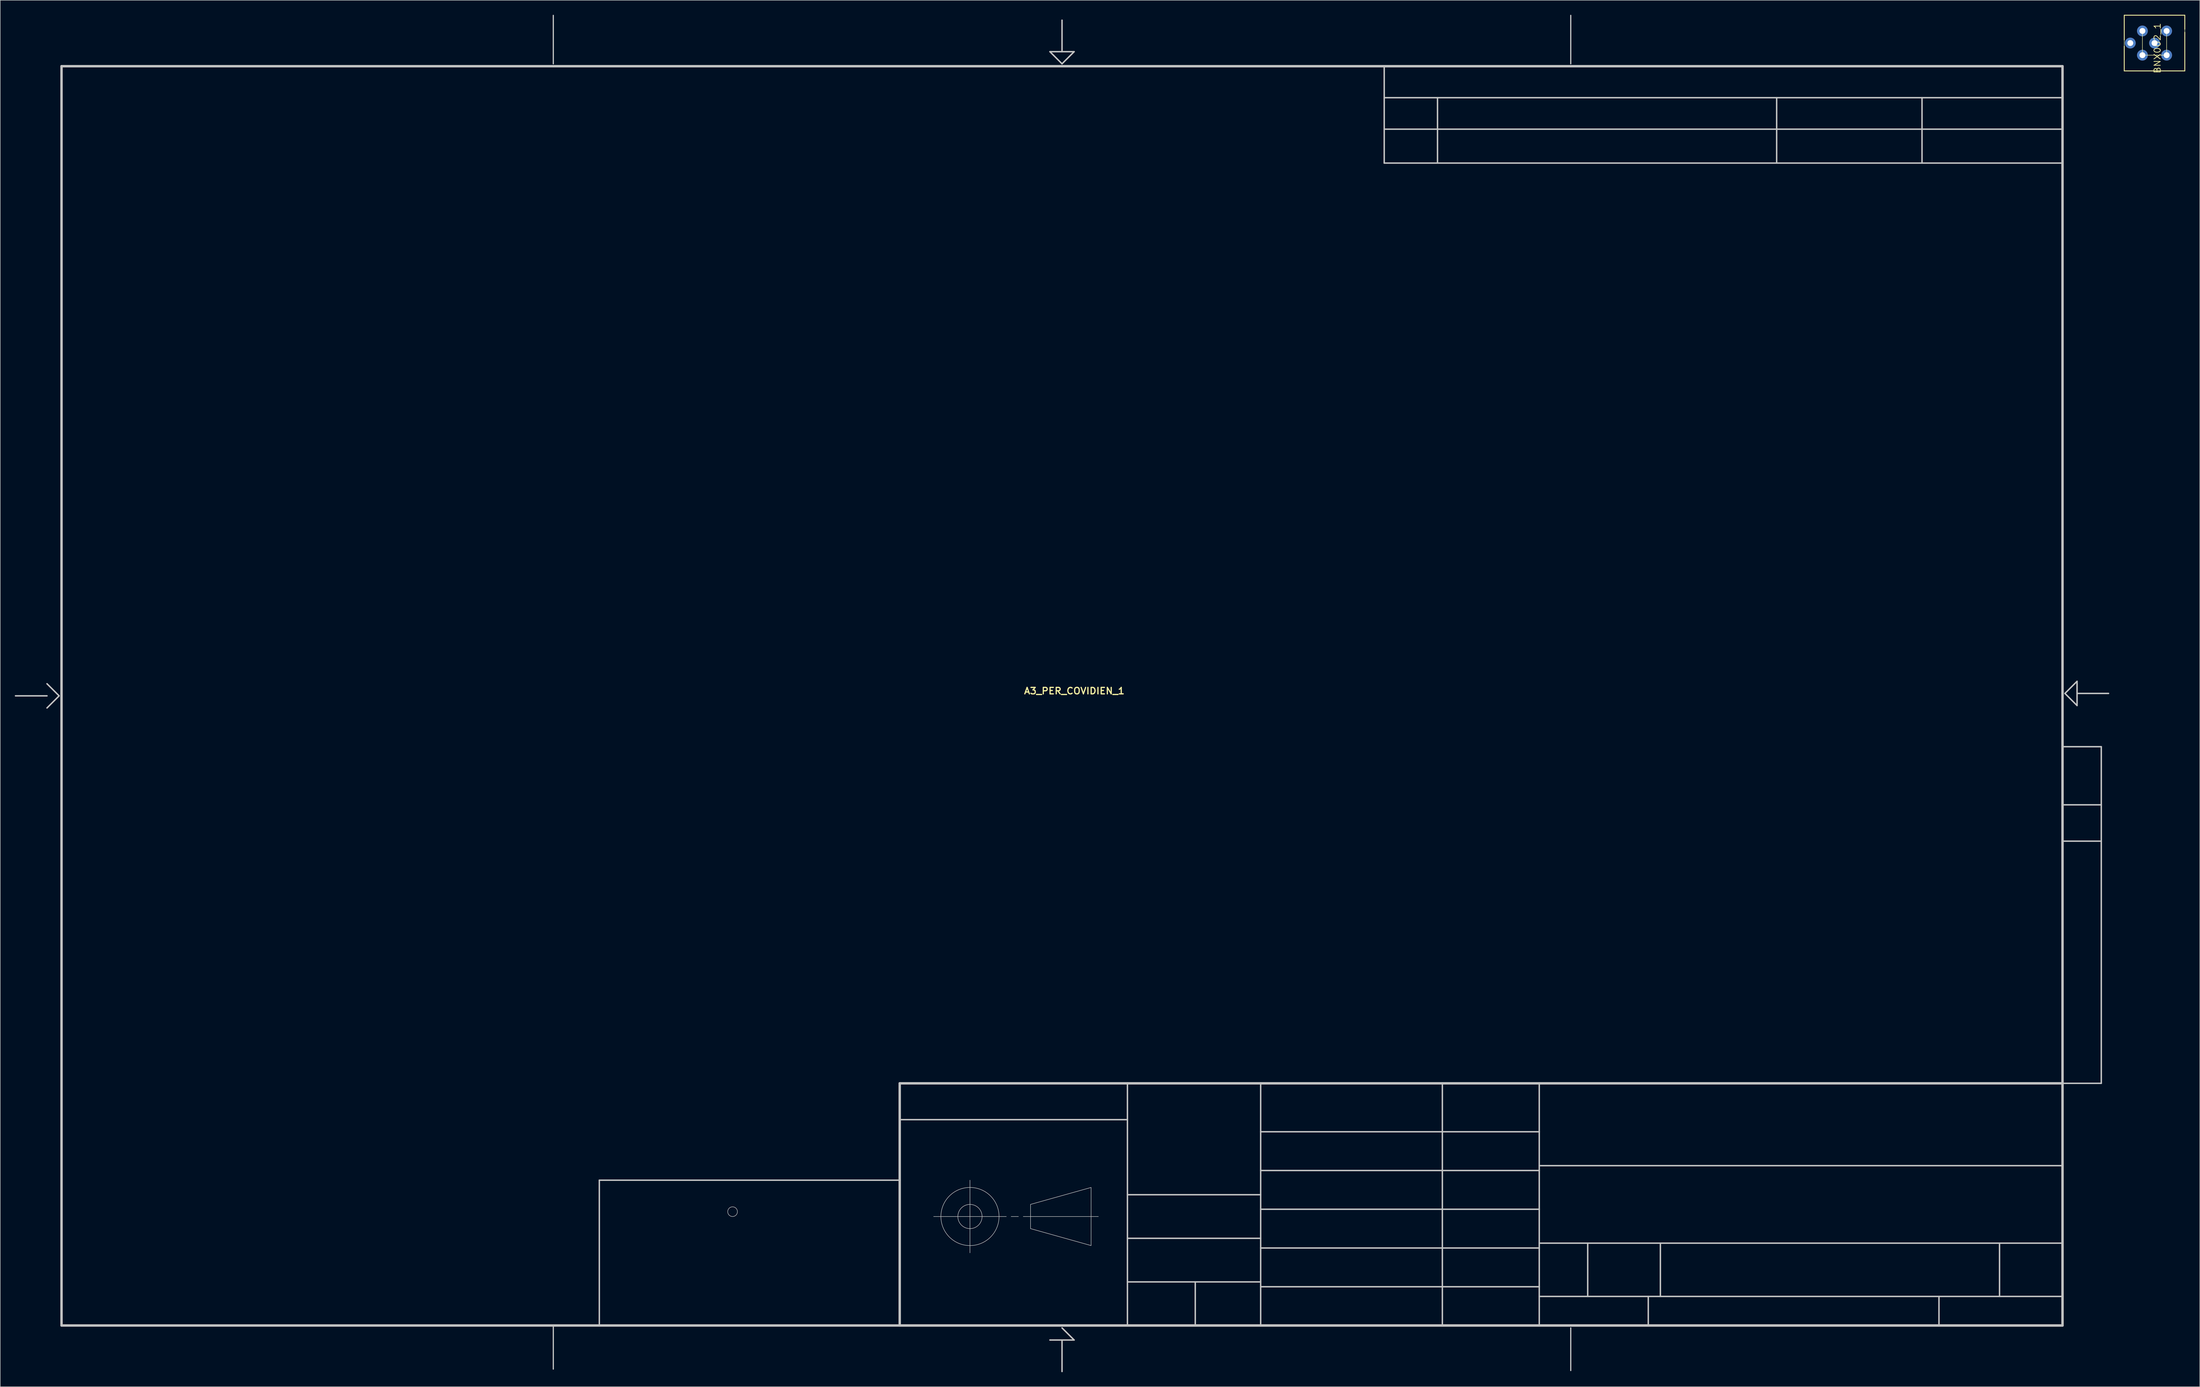
<source format=kicad_pcb>
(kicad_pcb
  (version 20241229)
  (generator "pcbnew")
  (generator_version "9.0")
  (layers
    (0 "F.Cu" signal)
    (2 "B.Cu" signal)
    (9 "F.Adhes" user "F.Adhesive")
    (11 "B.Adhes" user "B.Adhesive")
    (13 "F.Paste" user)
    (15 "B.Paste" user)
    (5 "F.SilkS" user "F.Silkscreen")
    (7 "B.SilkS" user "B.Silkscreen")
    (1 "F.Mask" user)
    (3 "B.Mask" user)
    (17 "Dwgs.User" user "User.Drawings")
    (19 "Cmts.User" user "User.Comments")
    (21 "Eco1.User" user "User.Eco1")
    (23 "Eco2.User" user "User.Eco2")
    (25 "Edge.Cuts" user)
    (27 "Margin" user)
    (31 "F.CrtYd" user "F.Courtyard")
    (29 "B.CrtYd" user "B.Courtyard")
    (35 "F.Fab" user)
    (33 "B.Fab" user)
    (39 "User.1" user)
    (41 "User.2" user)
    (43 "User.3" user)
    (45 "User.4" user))
  (footprint "A3_PER_COVIDIEN_1"
    (layer "F.Cu")
    (at 216.15 140.62)
    (property "Reference" "A3_PER_COVIDIEN_1" (at 2.54 -1.016 0) (unlocked yes) (layer "F.SilkS") (effects (font (size 1.333 1.402) (thickness 0.254))))
    (attr smd)
    (fp_line (start -216 0) (end -209.5 0) (stroke (width 0.3) (type solid)) (layer "Dwgs.User"))
    (fp_line (start -209.5 -2.5) (end -207 0) (stroke (width 0.3) (type solid)) (layer "Dwgs.User"))
    (fp_line (start -209.5 2.5) (end -207 0) (stroke (width 0.3) (type solid)) (layer "Dwgs.User"))
    (fp_line (start -206.5 -130) (end 206.5 -130) (stroke (width 0.5) (type solid)) (layer "Dwgs.User"))
    (fp_line (start -206.5 130) (end -206.5 -130) (stroke (width 0.5) (type solid)) (layer "Dwgs.User"))
    (fp_line (start -206.5 130) (end 206.5 130) (stroke (width 0.5) (type solid)) (layer "Dwgs.User"))
    (fp_line (start -105 -130.5) (end -105 -140.495) (stroke (width 0.25) (type solid)) (layer "Dwgs.User"))
    (fp_line (start -105 139) (end -105 130.199) (stroke (width 0.25) (type solid)) (layer "Dwgs.User"))
    (fp_line (start -95.5 100) (end -33.5 100) (stroke (width 0.3) (type solid)) (layer "Dwgs.User"))
    (fp_line (start -95.5 130) (end -95.5 100) (stroke (width 0.3) (type solid)) (layer "Dwgs.User"))
    (fp_line (start -95.5 130) (end -33.5 130) (stroke (width 0.3) (type solid)) (layer "Dwgs.User"))
    (fp_line (start -33.5 80) (end 206.5 80) (stroke (width 0.5) (type solid)) (layer "Dwgs.User"))
    (fp_line (start -33.5 87.5) (end 13.5 87.5) (stroke (width 0.3) (type solid)) (layer "Dwgs.User"))
    (fp_line (start -33.5 130) (end -33.5 80) (stroke (width 0.5) (type solid)) (layer "Dwgs.User"))
    (fp_line (start -33.5 130) (end -33.5 100) (stroke (width 0.3) (type solid)) (layer "Dwgs.User"))
    (fp_line (start -33.5 130) (end 206.5 130) (stroke (width 0.5) (type solid)) (layer "Dwgs.User"))
    (fp_line (start -26.5 107.5) (end -11.5 107.5) (stroke (width 0.1) (type solid)) (layer "Dwgs.User"))
    (fp_line (start -19 115) (end -19 100) (stroke (width 0.1) (type solid)) (layer "Dwgs.User"))
    (fp_line (start -10.5 107.5) (end -9 107.5) (stroke (width 0.1) (type solid)) (layer "Dwgs.User"))
    (fp_line (start -8 107.5) (end 7.5 107.5) (stroke (width 0.1) (type solid)) (layer "Dwgs.User"))
    (fp_line (start -6.5 105) (end 6 101.5) (stroke (width 0.1) (type solid)) (layer "Dwgs.User"))
    (fp_line (start -6.5 110) (end -6.5 105) (stroke (width 0.1) (type solid)) (layer "Dwgs.User"))
    (fp_line (start -6.5 110) (end 6 113.5) (stroke (width 0.1) (type solid)) (layer "Dwgs.User"))
    (fp_line (start -2.5 -133) (end 0 -130.5) (stroke (width 0.3) (type solid)) (layer "Dwgs.User"))
    (fp_line (start -2.5 -133) (end 2.5 -133) (stroke (width 0.3) (type solid)) (layer "Dwgs.User"))
    (fp_line (start -2.5 133) (end 2.5 133) (stroke (width 0.3) (type solid)) (layer "Dwgs.User"))
    (fp_line (start 0 -133) (end 0 -139.5) (stroke (width 0.3) (type solid)) (layer "Dwgs.User"))
    (fp_line (start 0 -130.5) (end 2.5 -133) (stroke (width 0.3) (type solid)) (layer "Dwgs.User"))
    (fp_line (start 0 130.5) (end 2.5 133) (stroke (width 0.3) (type solid)) (layer "Dwgs.User"))
    (fp_line (start 0 139.5) (end 0 133) (stroke (width 0.3) (type solid)) (layer "Dwgs.User"))
    (fp_line (start 6 113.5) (end 6 101.5) (stroke (width 0.1) (type solid)) (layer "Dwgs.User"))
    (fp_line (start 13.5 103) (end 41 103) (stroke (width 0.3) (type solid)) (layer "Dwgs.User"))
    (fp_line (start 13.5 112) (end 41 112) (stroke (width 0.3) (type solid)) (layer "Dwgs.User"))
    (fp_line (start 13.5 121) (end 41 121) (stroke (width 0.3) (type solid)) (layer "Dwgs.User"))
    (fp_line (start 13.5 130) (end 13.5 80) (stroke (width 0.3) (type solid)) (layer "Dwgs.User"))
    (fp_line (start 27.5 130) (end 27.5 121) (stroke (width 0.3) (type solid)) (layer "Dwgs.User"))
    (fp_line (start 41 90) (end 98.5 90) (stroke (width 0.3) (type solid)) (layer "Dwgs.User"))
    (fp_line (start 41 98) (end 98.5 98) (stroke (width 0.3) (type solid)) (layer "Dwgs.User"))
    (fp_line (start 41 106) (end 98.5 106) (stroke (width 0.3) (type solid)) (layer "Dwgs.User"))
    (fp_line (start 41 114) (end 98.5 114) (stroke (width 0.3) (type solid)) (layer "Dwgs.User"))
    (fp_line (start 41 122) (end 98.5 122) (stroke (width 0.3) (type solid)) (layer "Dwgs.User"))
    (fp_line (start 41 130) (end 41 80) (stroke (width 0.3) (type solid)) (layer "Dwgs.User"))
    (fp_line (start 66.5 -130) (end 206.5 -130) (stroke (width 0.3) (type solid)) (layer "Dwgs.User"))
    (fp_line (start 66.5 -123.5) (end 206.5 -123.5) (stroke (width 0.3) (type solid)) (layer "Dwgs.User"))
    (fp_line (start 66.5 -117) (end 206.5 -117) (stroke (width 0.3) (type solid)) (layer "Dwgs.User"))
    (fp_line (start 66.5 -110) (end 66.5 -130) (stroke (width 0.3) (type solid)) (layer "Dwgs.User"))
    (fp_line (start 66.5 -110) (end 206.5 -110) (stroke (width 0.3) (type solid)) (layer "Dwgs.User"))
    (fp_line (start 77.5 -110) (end 77.5 -123.5) (stroke (width 0.3) (type solid)) (layer "Dwgs.User"))
    (fp_line (start 78.5 130) (end 78.5 80) (stroke (width 0.3) (type solid)) (layer "Dwgs.User"))
    (fp_line (start 98.5 97) (end 206.5 97) (stroke (width 0.3) (type solid)) (layer "Dwgs.User"))
    (fp_line (start 98.5 113) (end 206.5 113) (stroke (width 0.3) (type solid)) (layer "Dwgs.User"))
    (fp_line (start 98.5 124) (end 206.5 124) (stroke (width 0.3) (type solid)) (layer "Dwgs.User"))
    (fp_line (start 98.5 130) (end 98.5 80) (stroke (width 0.3) (type solid)) (layer "Dwgs.User"))
    (fp_line (start 103.5 85) (end 108.5 85) (stroke (width 0.00003) (type solid)) (layer "Dwgs.User"))
    (fp_line (start 103.5 92.5) (end 103.5 85) (stroke (width 0.00003) (type solid)) (layer "Dwgs.User"))
    (fp_line (start 103.5 92.5) (end 108.5 92.5) (stroke (width 0.00003) (type solid)) (layer "Dwgs.User"))
    (fp_line (start 105 -130.5) (end 105 -140.495) (stroke (width 0.25) (type solid)) (layer "Dwgs.User"))
    (fp_line (start 105 139.301) (end 105 130.5) (stroke (width 0.25) (type solid)) (layer "Dwgs.User"))
    (fp_line (start 106 87.5) (end 108.5 87.5) (stroke (width 0.00003) (type solid)) (layer "Dwgs.User"))
    (fp_line (start 106 90) (end 108.5 90) (stroke (width 0.00003) (type solid)) (layer "Dwgs.User"))
    (fp_line (start 108.5 87.5) (end 108.5 85) (stroke (width 0.00003) (type solid)) (layer "Dwgs.User"))
    (fp_line (start 108.5 92.5) (end 108.5 90) (stroke (width 0.00003) (type solid)) (layer "Dwgs.User"))
    (fp_line (start 108.5 124) (end 108.5 113) (stroke (width 0.3) (type solid)) (layer "Dwgs.User"))
    (fp_line (start 111 85) (end 116 85) (stroke (width 0.00003) (type solid)) (layer "Dwgs.User"))
    (fp_line (start 111 87.5) (end 111 85) (stroke (width 0.00003) (type solid)) (layer "Dwgs.User"))
    (fp_line (start 111 90) (end 113.5 90) (stroke (width 0.00003) (type solid)) (layer "Dwgs.User"))
    (fp_line (start 111 92.5) (end 111 90) (stroke (width 0.00003) (type solid)) (layer "Dwgs.User"))
    (fp_line (start 111 92.5) (end 116 92.5) (stroke (width 0.00003) (type solid)) (layer "Dwgs.User"))
    (fp_line (start 113.5 90) (end 113.5 87.5) (stroke (width 0.00003) (type solid)) (layer "Dwgs.User"))
    (fp_line (start 116 92.5) (end 116 85) (stroke (width 0.00003) (type solid)) (layer "Dwgs.User"))
    (fp_line (start 121 130) (end 121 124) (stroke (width 0.3) (type solid)) (layer "Dwgs.User"))
    (fp_line (start 123.5 124) (end 123.5 113) (stroke (width 0.3) (type solid)) (layer "Dwgs.User"))
    (fp_line (start 147.5 -110) (end 147.5 -123.5) (stroke (width 0.3) (type solid)) (layer "Dwgs.User"))
    (fp_line (start 177.5 -110) (end 177.5 -123.5) (stroke (width 0.3) (type solid)) (layer "Dwgs.User"))
    (fp_line (start 181 130) (end 181 124) (stroke (width 0.3) (type solid)) (layer "Dwgs.User"))
    (fp_line (start 193.5 124) (end 193.5 113) (stroke (width 0.3) (type solid)) (layer "Dwgs.User"))
    (fp_line (start 206.5 -110) (end 206.5 -130) (stroke (width 0.3) (type solid)) (layer "Dwgs.User"))
    (fp_line (start 206.5 10.5) (end 214.5 10.5) (stroke (width 0.3) (type solid)) (layer "Dwgs.User"))
    (fp_line (start 206.5 22.5) (end 214.5 22.5) (stroke (width 0.3) (type solid)) (layer "Dwgs.User"))
    (fp_line (start 206.5 30) (end 214.5 30) (stroke (width 0.3) (type solid)) (layer "Dwgs.User"))
    (fp_line (start 206.5 80) (end 206.5 10.5) (stroke (width 0.3) (type solid)) (layer "Dwgs.User"))
    (fp_line (start 206.5 80) (end 214.5 80) (stroke (width 0.3) (type solid)) (layer "Dwgs.User"))
    (fp_line (start 206.5 130) (end 206.5 -130) (stroke (width 0.5) (type solid)) (layer "Dwgs.User"))
    (fp_line (start 206.5 130) (end 206.5 80) (stroke (width 0.5) (type solid)) (layer "Dwgs.User"))
    (fp_line (start 207 -0.5) (end 209.5 -3) (stroke (width 0.3) (type solid)) (layer "Dwgs.User"))
    (fp_line (start 207 -0.5) (end 209.5 2) (stroke (width 0.3) (type solid)) (layer "Dwgs.User"))
    (fp_line (start 209.5 -0.5) (end 216 -0.5) (stroke (width 0.3) (type solid)) (layer "Dwgs.User"))
    (fp_line (start 209.5 2) (end 209.5 -3) (stroke (width 0.3) (type solid)) (layer "Dwgs.User"))
    (fp_line (start 214.5 80) (end 214.5 10.5) (stroke (width 0.3) (type solid)) (layer "Dwgs.User"))
    (fp_circle (center -68 106.5) (end -67 106.5) (stroke (width 0.1) (type solid)) (fill no) (layer "Dwgs.User"))
    (fp_circle (center -19 107.5) (end -16.5 107.5) (stroke (width 0.1) (type solid)) (fill no) (layer "Dwgs.User"))
    (fp_circle (center -19 107.5) (end -13 107.5) (stroke (width 0.1) (type solid)) (fill no) (layer "Dwgs.User")))
  (footprint "BNX002_1"
    (layer "F.Cu")
    (at 441.64 5.84)
    (property "Reference" "BNX002_1" (at 0.59 1.067 90) (unlocked yes) (layer "F.SilkS") (effects (font (size 1.312 1.38) (thickness 0.15))))
    (attr smd)
    (fp_line (start -6.25 -5.75) (end -6.25 -0.651) (stroke (width 0.18) (type solid)) (layer "F.SilkS"))
    (fp_line (start -6.25 -5.75) (end -6.25 5.75) (stroke (width 0.1) (type solid)) (layer "F.SilkS"))
    (fp_line (start -6.25 0.651) (end -6.25 5.75) (stroke (width 0.18) (type solid)) (layer "F.SilkS"))
    (fp_line (start -2.5 -2.5) (end -2.5 2.5) (stroke (width 0.1) (type solid)) (layer "F.SilkS"))
    (fp_line (start 2.5 -2.5) (end 2.5 2.5) (stroke (width 0.1) (type solid)) (layer "F.SilkS"))
    (fp_line (start 2.5 2.5) (end -2.5 2.5) (stroke (width 0.1) (type solid)) (layer "F.SilkS"))
    (fp_line (start 6.25 -5.75) (end -6.25 -5.75) (stroke (width 0.1) (type solid)) (layer "F.SilkS"))
    (fp_line (start 6.25 -5.75) (end -6.25 -5.75) (stroke (width 0.18) (type solid)) (layer "F.SilkS"))
    (fp_line (start 6.25 -5.75) (end 6.25 -2.855) (stroke (width 0.18) (type solid)) (layer "F.SilkS"))
    (fp_line (start 6.25 -5.75) (end 6.25 5.75) (stroke (width 0.1) (type solid)) (layer "F.SilkS"))
    (fp_line (start 6.25 -2.225) (end 6.25 5.75) (stroke (width 0.18) (type solid)) (layer "F.SilkS"))
    (fp_line (start 6.25 5.75) (end -6.25 5.75) (stroke (width 0.1) (type solid)) (layer "F.SilkS"))
    (fp_line (start 6.25 5.75) (end -6.25 5.75) (stroke (width 0.18) (type solid)) (layer "F.SilkS"))
    (pad "B" thru_hole circle (at -2.5 2.5 180) (size 2.235 2.235) (drill 1.219) (layers "*.Cu" "*.Mask"))
    (pad "CB" thru_hole circle (at -2.5 -2.5 180) (size 2.235 2.235) (drill 1.219) (layers "*.Cu" "*.Mask"))
    (pad "CG1" thru_hole circle (at 2.5 -2.5 180) (size 2.235 2.235) (drill 1.219) (layers "*.Cu" "*.Mask"))
    (pad "CG2" thru_hole circle (at 0 0 180) (size 2.235 2.235) (drill 1.219) (layers "*.Cu" "*.Mask"))
    (pad "CG3" thru_hole circle (at -5 0 180) (size 2.235 2.235) (drill 1.219) (layers "*.Cu" "*.Mask"))
    (pad "PSG" thru_hole circle (at 2.5 2.5 180) (size 2.235 2.235) (drill 1.219) (layers "*.Cu" "*.Mask")))
  (gr_rect
    (start -3 -3)
    (end 450.98 283.27)
    (stroke (width 0.1) (type default))
    (fill no)
    (layer "Edge.Cuts")))
</source>
